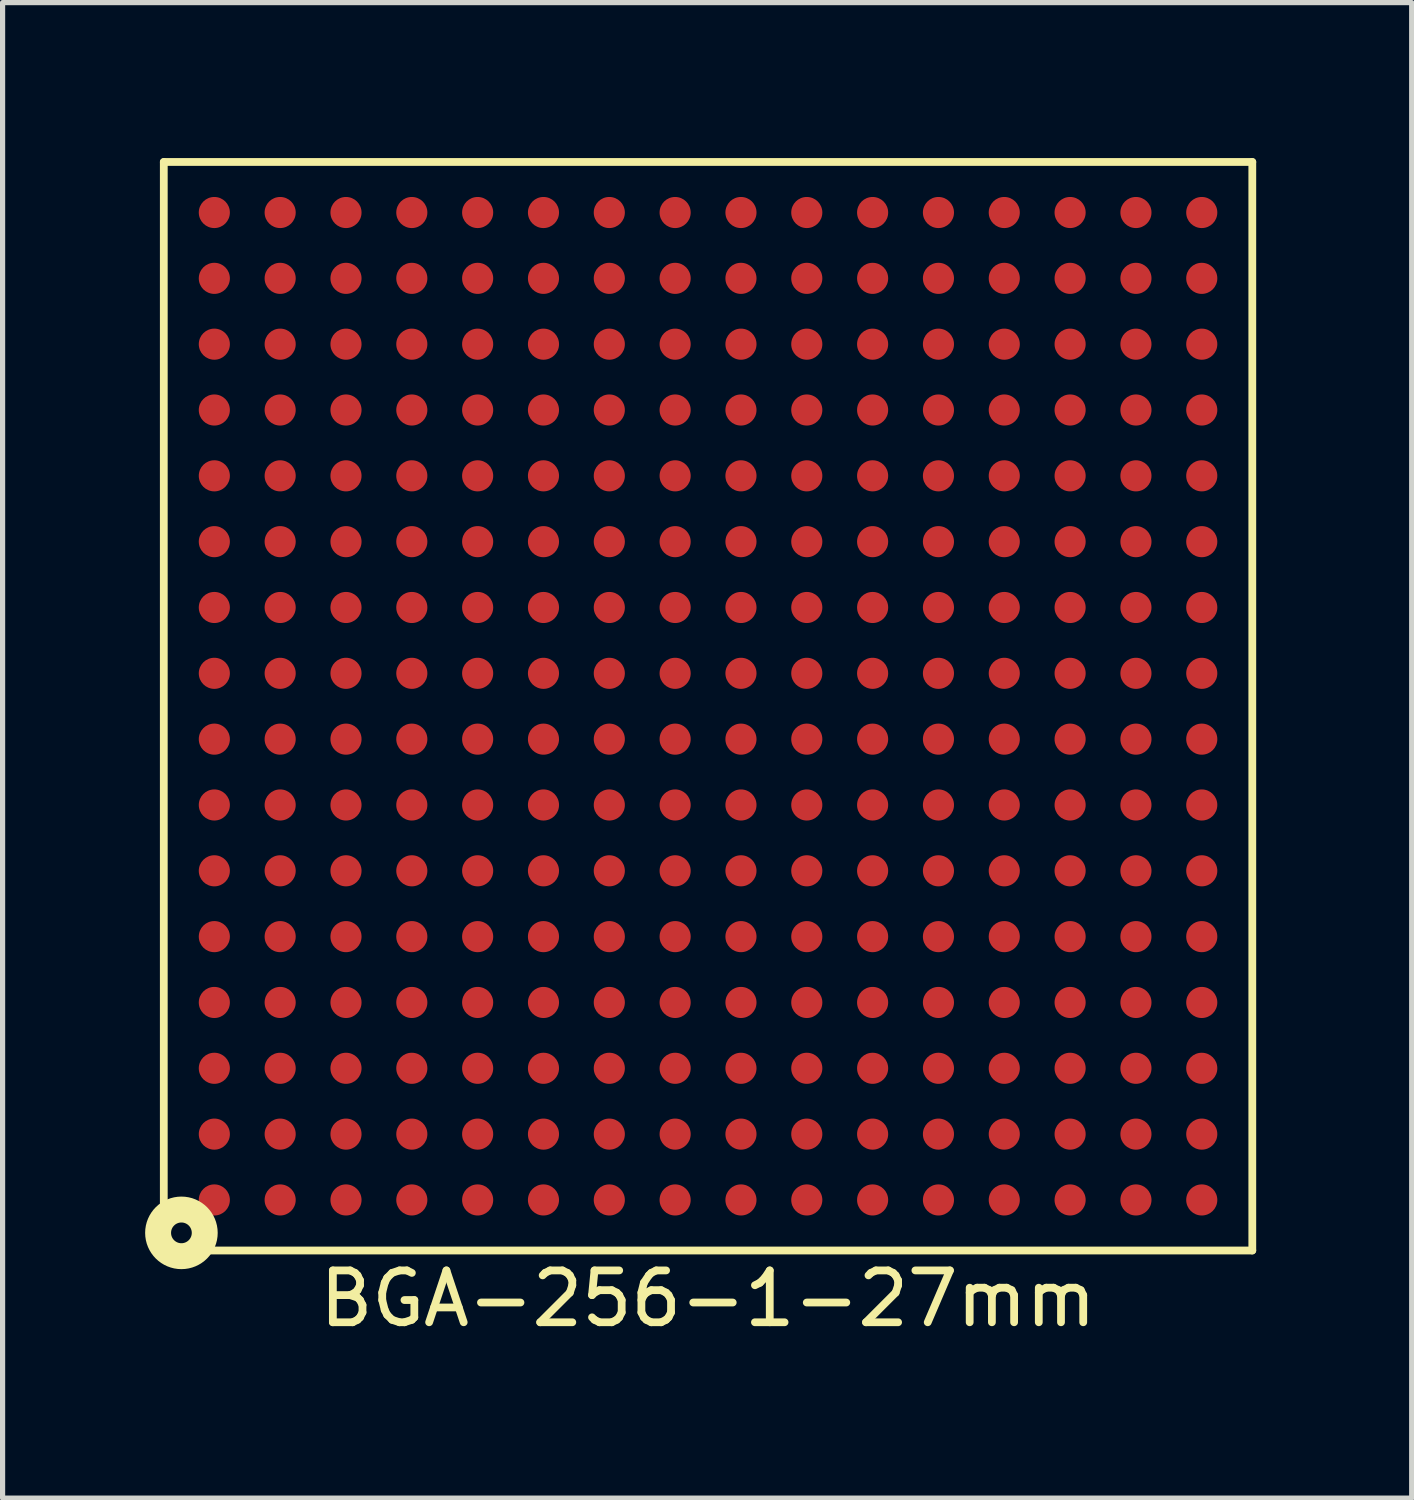
<source format=kicad_pcb>
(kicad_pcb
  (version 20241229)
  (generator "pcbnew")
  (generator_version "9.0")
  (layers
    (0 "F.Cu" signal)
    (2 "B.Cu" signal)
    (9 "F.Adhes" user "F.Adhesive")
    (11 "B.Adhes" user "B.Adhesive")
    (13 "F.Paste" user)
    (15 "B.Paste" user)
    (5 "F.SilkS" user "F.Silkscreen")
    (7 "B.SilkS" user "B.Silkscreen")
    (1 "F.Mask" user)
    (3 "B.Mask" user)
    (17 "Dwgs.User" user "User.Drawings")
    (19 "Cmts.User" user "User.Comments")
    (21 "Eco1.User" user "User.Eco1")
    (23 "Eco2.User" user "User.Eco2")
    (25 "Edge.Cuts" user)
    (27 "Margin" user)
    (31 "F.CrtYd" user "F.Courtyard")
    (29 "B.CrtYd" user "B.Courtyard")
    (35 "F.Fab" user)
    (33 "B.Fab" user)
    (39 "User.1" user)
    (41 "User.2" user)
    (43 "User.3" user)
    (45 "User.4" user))
  (footprint "BGA-256-1-27mm"
    (layer "F.Cu")
    (at 10.61 10.575)
    (property "Reference" "BGA-256-1-27mm" (at 0 11.43 0) (layer "F.SilkS") (effects (font (size 1 1) (thickness 0.15))))
    (attr through_hole)
    (fp_line (start -10.5 -10.5) (end 10.5 -10.5) (stroke (width 0.15) (type solid)) (layer "F.SilkS"))
    (fp_line (start -10.5 10.5) (end -10.5 -10.5) (stroke (width 0.15) (type solid)) (layer "F.SilkS"))
    (fp_line (start 10.5 -10.5) (end 10.5 10.5) (stroke (width 0.15) (type solid)) (layer "F.SilkS"))
    (fp_line (start 10.5 10.5) (end -10.5 10.5) (stroke (width 0.15) (type solid)) (layer "F.SilkS"))
    (fp_circle (center -10.16 10.16) (end -10.16 9.96) (stroke (width 0.5) (type solid)) (fill no) (layer "F.SilkS"))
    (pad "A1" smd circle (at -9.525 9.525 90) (size 0.6 0.6) (layers "F.Cu" "F.Mask" "F.Paste"))
    (pad "A2" smd circle (at -9.525 8.255 90) (size 0.6 0.6) (layers "F.Cu" "F.Mask" "F.Paste"))
    (pad "A3" smd circle (at -9.525 6.985 90) (size 0.6 0.6) (layers "F.Cu" "F.Mask" "F.Paste"))
    (pad "A4" smd circle (at -9.525 5.715 90) (size 0.6 0.6) (layers "F.Cu" "F.Mask" "F.Paste"))
    (pad "A5" smd circle (at -9.525 4.445 90) (size 0.6 0.6) (layers "F.Cu" "F.Mask" "F.Paste"))
    (pad "A6" smd circle (at -9.525 3.175 90) (size 0.6 0.6) (layers "F.Cu" "F.Mask" "F.Paste"))
    (pad "A7" smd circle (at -9.525 1.905 90) (size 0.6 0.6) (layers "F.Cu" "F.Mask" "F.Paste"))
    (pad "A8" smd circle (at -9.525 0.635 90) (size 0.6 0.6) (layers "F.Cu" "F.Mask" "F.Paste"))
    (pad "A9" smd circle (at -9.525 -0.635 90) (size 0.6 0.6) (layers "F.Cu" "F.Mask" "F.Paste"))
    (pad "A10" smd circle (at -9.525 -1.905 90) (size 0.6 0.6) (layers "F.Cu" "F.Mask" "F.Paste"))
    (pad "A11" smd circle (at -9.525 -3.175 90) (size 0.6 0.6) (layers "F.Cu" "F.Mask" "F.Paste"))
    (pad "A12" smd circle (at -9.525 -4.445 90) (size 0.6 0.6) (layers "F.Cu" "F.Mask" "F.Paste"))
    (pad "A13" smd circle (at -9.525 -5.715 90) (size 0.6 0.6) (layers "F.Cu" "F.Mask" "F.Paste"))
    (pad "A14" smd circle (at -9.525 -6.985 90) (size 0.6 0.6) (layers "F.Cu" "F.Mask" "F.Paste"))
    (pad "A15" smd circle (at -9.525 -8.255 90) (size 0.6 0.6) (layers "F.Cu" "F.Mask" "F.Paste"))
    (pad "A16" smd circle (at -9.525 -9.525 90) (size 0.6 0.6) (layers "F.Cu" "F.Mask" "F.Paste"))
    (pad "B1" smd circle (at -8.255 9.525 90) (size 0.6 0.6) (layers "F.Cu" "F.Mask" "F.Paste"))
    (pad "B2" smd circle (at -8.255 8.255 90) (size 0.6 0.6) (layers "F.Cu" "F.Mask" "F.Paste"))
    (pad "B3" smd circle (at -8.255 6.985 90) (size 0.6 0.6) (layers "F.Cu" "F.Mask" "F.Paste"))
    (pad "B4" smd circle (at -8.255 5.715 90) (size 0.6 0.6) (layers "F.Cu" "F.Mask" "F.Paste"))
    (pad "B5" smd circle (at -8.255 4.445 90) (size 0.6 0.6) (layers "F.Cu" "F.Mask" "F.Paste"))
    (pad "B6" smd circle (at -8.255 3.175 90) (size 0.6 0.6) (layers "F.Cu" "F.Mask" "F.Paste"))
    (pad "B7" smd circle (at -8.255 1.905 90) (size 0.6 0.6) (layers "F.Cu" "F.Mask" "F.Paste"))
    (pad "B8" smd circle (at -8.255 0.635 90) (size 0.6 0.6) (layers "F.Cu" "F.Mask" "F.Paste"))
    (pad "B9" smd circle (at -8.255 -0.635 90) (size 0.6 0.6) (layers "F.Cu" "F.Mask" "F.Paste"))
    (pad "B10" smd circle (at -8.255 -1.905 90) (size 0.6 0.6) (layers "F.Cu" "F.Mask" "F.Paste"))
    (pad "B11" smd circle (at -8.255 -3.175 90) (size 0.6 0.6) (layers "F.Cu" "F.Mask" "F.Paste"))
    (pad "B12" smd circle (at -8.255 -4.445 90) (size 0.6 0.6) (layers "F.Cu" "F.Mask" "F.Paste"))
    (pad "B13" smd circle (at -8.255 -5.715 90) (size 0.6 0.6) (layers "F.Cu" "F.Mask" "F.Paste"))
    (pad "B14" smd circle (at -8.255 -6.985 90) (size 0.6 0.6) (layers "F.Cu" "F.Mask" "F.Paste"))
    (pad "B15" smd circle (at -8.255 -8.255 90) (size 0.6 0.6) (layers "F.Cu" "F.Mask" "F.Paste"))
    (pad "B16" smd circle (at -8.255 -9.525 90) (size 0.6 0.6) (layers "F.Cu" "F.Mask" "F.Paste"))
    (pad "C1" smd circle (at -6.985 9.525 90) (size 0.6 0.6) (layers "F.Cu" "F.Mask" "F.Paste"))
    (pad "C2" smd circle (at -6.985 8.255 90) (size 0.6 0.6) (layers "F.Cu" "F.Mask" "F.Paste"))
    (pad "C3" smd circle (at -6.985 6.985 90) (size 0.6 0.6) (layers "F.Cu" "F.Mask" "F.Paste"))
    (pad "C4" smd circle (at -6.985 5.715 90) (size 0.6 0.6) (layers "F.Cu" "F.Mask" "F.Paste"))
    (pad "C5" smd circle (at -6.985 4.445 90) (size 0.6 0.6) (layers "F.Cu" "F.Mask" "F.Paste"))
    (pad "C6" smd circle (at -6.985 3.175 90) (size 0.6 0.6) (layers "F.Cu" "F.Mask" "F.Paste"))
    (pad "C7" smd circle (at -6.985 1.905 90) (size 0.6 0.6) (layers "F.Cu" "F.Mask" "F.Paste"))
    (pad "C8" smd circle (at -6.985 0.635 90) (size 0.6 0.6) (layers "F.Cu" "F.Mask" "F.Paste"))
    (pad "C9" smd circle (at -6.985 -0.635 90) (size 0.6 0.6) (layers "F.Cu" "F.Mask" "F.Paste"))
    (pad "C10" smd circle (at -6.985 -1.905 90) (size 0.6 0.6) (layers "F.Cu" "F.Mask" "F.Paste"))
    (pad "C11" smd circle (at -6.985 -3.175 90) (size 0.6 0.6) (layers "F.Cu" "F.Mask" "F.Paste"))
    (pad "C12" smd circle (at -6.985 -4.445 90) (size 0.6 0.6) (layers "F.Cu" "F.Mask" "F.Paste"))
    (pad "C13" smd circle (at -6.985 -5.715 90) (size 0.6 0.6) (layers "F.Cu" "F.Mask" "F.Paste"))
    (pad "C14" smd circle (at -6.985 -6.985 90) (size 0.6 0.6) (layers "F.Cu" "F.Mask" "F.Paste"))
    (pad "C15" smd circle (at -6.985 -8.255 90) (size 0.6 0.6) (layers "F.Cu" "F.Mask" "F.Paste"))
    (pad "C16" smd circle (at -6.985 -9.525 90) (size 0.6 0.6) (layers "F.Cu" "F.Mask" "F.Paste"))
    (pad "D1" smd circle (at -5.715 9.525 90) (size 0.6 0.6) (layers "F.Cu" "F.Mask" "F.Paste"))
    (pad "D2" smd circle (at -5.715 8.255 90) (size 0.6 0.6) (layers "F.Cu" "F.Mask" "F.Paste"))
    (pad "D3" smd circle (at -5.715 6.985 90) (size 0.6 0.6) (layers "F.Cu" "F.Mask" "F.Paste"))
    (pad "D4" smd circle (at -5.715 5.715 90) (size 0.6 0.6) (layers "F.Cu" "F.Mask" "F.Paste"))
    (pad "D5" smd circle (at -5.715 4.445 90) (size 0.6 0.6) (layers "F.Cu" "F.Mask" "F.Paste"))
    (pad "D6" smd circle (at -5.715 3.175 90) (size 0.6 0.6) (layers "F.Cu" "F.Mask" "F.Paste"))
    (pad "D7" smd circle (at -5.715 1.905 90) (size 0.6 0.6) (layers "F.Cu" "F.Mask" "F.Paste"))
    (pad "D8" smd circle (at -5.715 0.635 90) (size 0.6 0.6) (layers "F.Cu" "F.Mask" "F.Paste"))
    (pad "D9" smd circle (at -5.715 -0.635 90) (size 0.6 0.6) (layers "F.Cu" "F.Mask" "F.Paste"))
    (pad "D10" smd circle (at -5.715 -1.905 90) (size 0.6 0.6) (layers "F.Cu" "F.Mask" "F.Paste"))
    (pad "D11" smd circle (at -5.715 -3.175 90) (size 0.6 0.6) (layers "F.Cu" "F.Mask" "F.Paste"))
    (pad "D12" smd circle (at -5.715 -4.445 90) (size 0.6 0.6) (layers "F.Cu" "F.Mask" "F.Paste"))
    (pad "D13" smd circle (at -5.715 -5.715 90) (size 0.6 0.6) (layers "F.Cu" "F.Mask" "F.Paste"))
    (pad "D14" smd circle (at -5.715 -6.985 90) (size 0.6 0.6) (layers "F.Cu" "F.Mask" "F.Paste"))
    (pad "D15" smd circle (at -5.715 -8.255 90) (size 0.6 0.6) (layers "F.Cu" "F.Mask" "F.Paste"))
    (pad "D16" smd circle (at -5.715 -9.525 90) (size 0.6 0.6) (layers "F.Cu" "F.Mask" "F.Paste"))
    (pad "E1" smd circle (at -4.445 9.525 90) (size 0.6 0.6) (layers "F.Cu" "F.Mask" "F.Paste"))
    (pad "E2" smd circle (at -4.445 8.255 90) (size 0.6 0.6) (layers "F.Cu" "F.Mask" "F.Paste"))
    (pad "E3" smd circle (at -4.445 6.985 90) (size 0.6 0.6) (layers "F.Cu" "F.Mask" "F.Paste"))
    (pad "E4" smd circle (at -4.445 5.715 90) (size 0.6 0.6) (layers "F.Cu" "F.Mask" "F.Paste"))
    (pad "E5" smd circle (at -4.445 4.445 90) (size 0.6 0.6) (layers "F.Cu" "F.Mask" "F.Paste"))
    (pad "E6" smd circle (at -4.445 3.175 90) (size 0.6 0.6) (layers "F.Cu" "F.Mask" "F.Paste"))
    (pad "E7" smd circle (at -4.445 1.905 90) (size 0.6 0.6) (layers "F.Cu" "F.Mask" "F.Paste"))
    (pad "E8" smd circle (at -4.445 0.635 90) (size 0.6 0.6) (layers "F.Cu" "F.Mask" "F.Paste"))
    (pad "E9" smd circle (at -4.445 -0.635 90) (size 0.6 0.6) (layers "F.Cu" "F.Mask" "F.Paste"))
    (pad "E10" smd circle (at -4.445 -1.905 90) (size 0.6 0.6) (layers "F.Cu" "F.Mask" "F.Paste"))
    (pad "E11" smd circle (at -4.445 -3.175 90) (size 0.6 0.6) (layers "F.Cu" "F.Mask" "F.Paste"))
    (pad "E12" smd circle (at -4.445 -4.445 90) (size 0.6 0.6) (layers "F.Cu" "F.Mask" "F.Paste"))
    (pad "E13" smd circle (at -4.445 -5.715 90) (size 0.6 0.6) (layers "F.Cu" "F.Mask" "F.Paste"))
    (pad "E14" smd circle (at -4.445 -6.985 90) (size 0.6 0.6) (layers "F.Cu" "F.Mask" "F.Paste"))
    (pad "E15" smd circle (at -4.445 -8.255 90) (size 0.6 0.6) (layers "F.Cu" "F.Mask" "F.Paste"))
    (pad "E16" smd circle (at -4.445 -9.525 90) (size 0.6 0.6) (layers "F.Cu" "F.Mask" "F.Paste"))
    (pad "F1" smd circle (at -3.175 9.525 90) (size 0.6 0.6) (layers "F.Cu" "F.Mask" "F.Paste"))
    (pad "F2" smd circle (at -3.175 8.255 90) (size 0.6 0.6) (layers "F.Cu" "F.Mask" "F.Paste"))
    (pad "F3" smd circle (at -3.175 6.985 90) (size 0.6 0.6) (layers "F.Cu" "F.Mask" "F.Paste"))
    (pad "F4" smd circle (at -3.175 5.715 90) (size 0.6 0.6) (layers "F.Cu" "F.Mask" "F.Paste"))
    (pad "F5" smd circle (at -3.175 4.445 90) (size 0.6 0.6) (layers "F.Cu" "F.Mask" "F.Paste"))
    (pad "F6" smd circle (at -3.175 3.175 90) (size 0.6 0.6) (layers "F.Cu" "F.Mask" "F.Paste"))
    (pad "F7" smd circle (at -3.175 1.905 90) (size 0.6 0.6) (layers "F.Cu" "F.Mask" "F.Paste"))
    (pad "F8" smd circle (at -3.175 0.635 90) (size 0.6 0.6) (layers "F.Cu" "F.Mask" "F.Paste"))
    (pad "F9" smd circle (at -3.175 -0.635 90) (size 0.6 0.6) (layers "F.Cu" "F.Mask" "F.Paste"))
    (pad "F10" smd circle (at -3.175 -1.905 90) (size 0.6 0.6) (layers "F.Cu" "F.Mask" "F.Paste"))
    (pad "F11" smd circle (at -3.175 -3.175 90) (size 0.6 0.6) (layers "F.Cu" "F.Mask" "F.Paste"))
    (pad "F12" smd circle (at -3.175 -4.445 90) (size 0.6 0.6) (layers "F.Cu" "F.Mask" "F.Paste"))
    (pad "F13" smd circle (at -3.175 -5.715 90) (size 0.6 0.6) (layers "F.Cu" "F.Mask" "F.Paste"))
    (pad "F14" smd circle (at -3.175 -6.985 90) (size 0.6 0.6) (layers "F.Cu" "F.Mask" "F.Paste"))
    (pad "F15" smd circle (at -3.175 -8.255 90) (size 0.6 0.6) (layers "F.Cu" "F.Mask" "F.Paste"))
    (pad "F16" smd circle (at -3.175 -9.525 90) (size 0.6 0.6) (layers "F.Cu" "F.Mask" "F.Paste"))
    (pad "G1" smd circle (at -1.905 9.525 90) (size 0.6 0.6) (layers "F.Cu" "F.Mask" "F.Paste"))
    (pad "G2" smd circle (at -1.905 8.255 90) (size 0.6 0.6) (layers "F.Cu" "F.Mask" "F.Paste"))
    (pad "G3" smd circle (at -1.905 6.985 90) (size 0.6 0.6) (layers "F.Cu" "F.Mask" "F.Paste"))
    (pad "G4" smd circle (at -1.905 5.715 90) (size 0.6 0.6) (layers "F.Cu" "F.Mask" "F.Paste"))
    (pad "G5" smd circle (at -1.905 4.445 90) (size 0.6 0.6) (layers "F.Cu" "F.Mask" "F.Paste"))
    (pad "G6" smd circle (at -1.905 3.175 90) (size 0.6 0.6) (layers "F.Cu" "F.Mask" "F.Paste"))
    (pad "G7" smd circle (at -1.905 1.905 90) (size 0.6 0.6) (layers "F.Cu" "F.Mask" "F.Paste"))
    (pad "G8" smd circle (at -1.905 0.635 90) (size 0.6 0.6) (layers "F.Cu" "F.Mask" "F.Paste"))
    (pad "G9" smd circle (at -1.905 -0.635 90) (size 0.6 0.6) (layers "F.Cu" "F.Mask" "F.Paste"))
    (pad "G10" smd circle (at -1.905 -1.905 90) (size 0.6 0.6) (layers "F.Cu" "F.Mask" "F.Paste"))
    (pad "G11" smd circle (at -1.905 -3.175 90) (size 0.6 0.6) (layers "F.Cu" "F.Mask" "F.Paste"))
    (pad "G12" smd circle (at -1.905 -4.445 90) (size 0.6 0.6) (layers "F.Cu" "F.Mask" "F.Paste"))
    (pad "G13" smd circle (at -1.905 -5.715 90) (size 0.6 0.6) (layers "F.Cu" "F.Mask" "F.Paste"))
    (pad "G14" smd circle (at -1.905 -6.985 90) (size 0.6 0.6) (layers "F.Cu" "F.Mask" "F.Paste"))
    (pad "G15" smd circle (at -1.905 -8.255 90) (size 0.6 0.6) (layers "F.Cu" "F.Mask" "F.Paste"))
    (pad "G16" smd circle (at -1.905 -9.525 90) (size 0.6 0.6) (layers "F.Cu" "F.Mask" "F.Paste"))
    (pad "H1" smd circle (at -0.635 9.525 90) (size 0.6 0.6) (layers "F.Cu" "F.Mask" "F.Paste"))
    (pad "H2" smd circle (at -0.635 8.255 90) (size 0.6 0.6) (layers "F.Cu" "F.Mask" "F.Paste"))
    (pad "H3" smd circle (at -0.635 6.985 90) (size 0.6 0.6) (layers "F.Cu" "F.Mask" "F.Paste"))
    (pad "H4" smd circle (at -0.635 5.715 90) (size 0.6 0.6) (layers "F.Cu" "F.Mask" "F.Paste"))
    (pad "H5" smd circle (at -0.635 4.445 90) (size 0.6 0.6) (layers "F.Cu" "F.Mask" "F.Paste"))
    (pad "H6" smd circle (at -0.635 3.175 90) (size 0.6 0.6) (layers "F.Cu" "F.Mask" "F.Paste"))
    (pad "H7" smd circle (at -0.635 1.905 90) (size 0.6 0.6) (layers "F.Cu" "F.Mask" "F.Paste"))
    (pad "H8" smd circle (at -0.635 0.635 90) (size 0.6 0.6) (layers "F.Cu" "F.Mask" "F.Paste"))
    (pad "H9" smd circle (at -0.635 -0.635 90) (size 0.6 0.6) (layers "F.Cu" "F.Mask" "F.Paste"))
    (pad "H10" smd circle (at -0.635 -1.905 90) (size 0.6 0.6) (layers "F.Cu" "F.Mask" "F.Paste"))
    (pad "H11" smd circle (at -0.635 -3.175 90) (size 0.6 0.6) (layers "F.Cu" "F.Mask" "F.Paste"))
    (pad "H12" smd circle (at -0.635 -4.445 90) (size 0.6 0.6) (layers "F.Cu" "F.Mask" "F.Paste"))
    (pad "H13" smd circle (at -0.635 -5.715 90) (size 0.6 0.6) (layers "F.Cu" "F.Mask" "F.Paste"))
    (pad "H14" smd circle (at -0.635 -6.985 90) (size 0.6 0.6) (layers "F.Cu" "F.Mask" "F.Paste"))
    (pad "H15" smd circle (at -0.635 -8.255 90) (size 0.6 0.6) (layers "F.Cu" "F.Mask" "F.Paste"))
    (pad "H16" smd circle (at -0.635 -9.525 90) (size 0.6 0.6) (layers "F.Cu" "F.Mask" "F.Paste"))
    (pad "J1" smd circle (at 0.635 9.525 90) (size 0.6 0.6) (layers "F.Cu" "F.Mask" "F.Paste"))
    (pad "J2" smd circle (at 0.635 8.255 90) (size 0.6 0.6) (layers "F.Cu" "F.Mask" "F.Paste"))
    (pad "J3" smd circle (at 0.635 6.985 90) (size 0.6 0.6) (layers "F.Cu" "F.Mask" "F.Paste"))
    (pad "J4" smd circle (at 0.635 5.715 90) (size 0.6 0.6) (layers "F.Cu" "F.Mask" "F.Paste"))
    (pad "J5" smd circle (at 0.635 4.445 90) (size 0.6 0.6) (layers "F.Cu" "F.Mask" "F.Paste"))
    (pad "J6" smd circle (at 0.635 3.175 90) (size 0.6 0.6) (layers "F.Cu" "F.Mask" "F.Paste"))
    (pad "J7" smd circle (at 0.635 1.905 90) (size 0.6 0.6) (layers "F.Cu" "F.Mask" "F.Paste"))
    (pad "J8" smd circle (at 0.635 0.635 90) (size 0.6 0.6) (layers "F.Cu" "F.Mask" "F.Paste"))
    (pad "J9" smd circle (at 0.635 -0.635 90) (size 0.6 0.6) (layers "F.Cu" "F.Mask" "F.Paste"))
    (pad "J10" smd circle (at 0.635 -1.905 90) (size 0.6 0.6) (layers "F.Cu" "F.Mask" "F.Paste"))
    (pad "J11" smd circle (at 0.635 -3.175 90) (size 0.6 0.6) (layers "F.Cu" "F.Mask" "F.Paste"))
    (pad "J12" smd circle (at 0.635 -4.445 90) (size 0.6 0.6) (layers "F.Cu" "F.Mask" "F.Paste"))
    (pad "J13" smd circle (at 0.635 -5.715 90) (size 0.6 0.6) (layers "F.Cu" "F.Mask" "F.Paste"))
    (pad "J14" smd circle (at 0.635 -6.985 90) (size 0.6 0.6) (layers "F.Cu" "F.Mask" "F.Paste"))
    (pad "J15" smd circle (at 0.635 -8.255 90) (size 0.6 0.6) (layers "F.Cu" "F.Mask" "F.Paste"))
    (pad "J16" smd circle (at 0.635 -9.525 90) (size 0.6 0.6) (layers "F.Cu" "F.Mask" "F.Paste"))
    (pad "K1" smd circle (at 1.905 9.525 90) (size 0.6 0.6) (layers "F.Cu" "F.Mask" "F.Paste"))
    (pad "K2" smd circle (at 1.905 8.255 90) (size 0.6 0.6) (layers "F.Cu" "F.Mask" "F.Paste"))
    (pad "K3" smd circle (at 1.905 6.985 90) (size 0.6 0.6) (layers "F.Cu" "F.Mask" "F.Paste"))
    (pad "K4" smd circle (at 1.905 5.715 90) (size 0.6 0.6) (layers "F.Cu" "F.Mask" "F.Paste"))
    (pad "K5" smd circle (at 1.905 4.445 90) (size 0.6 0.6) (layers "F.Cu" "F.Mask" "F.Paste"))
    (pad "K6" smd circle (at 1.905 3.175 90) (size 0.6 0.6) (layers "F.Cu" "F.Mask" "F.Paste"))
    (pad "K7" smd circle (at 1.905 1.905 90) (size 0.6 0.6) (layers "F.Cu" "F.Mask" "F.Paste"))
    (pad "K8" smd circle (at 1.905 0.635 90) (size 0.6 0.6) (layers "F.Cu" "F.Mask" "F.Paste"))
    (pad "K9" smd circle (at 1.905 -0.635 90) (size 0.6 0.6) (layers "F.Cu" "F.Mask" "F.Paste"))
    (pad "K10" smd circle (at 1.905 -1.905 90) (size 0.6 0.6) (layers "F.Cu" "F.Mask" "F.Paste"))
    (pad "K11" smd circle (at 1.905 -3.175 90) (size 0.6 0.6) (layers "F.Cu" "F.Mask" "F.Paste"))
    (pad "K12" smd circle (at 1.905 -4.445 90) (size 0.6 0.6) (layers "F.Cu" "F.Mask" "F.Paste"))
    (pad "K13" smd circle (at 1.905 -5.715 90) (size 0.6 0.6) (layers "F.Cu" "F.Mask" "F.Paste"))
    (pad "K14" smd circle (at 1.905 -6.985 90) (size 0.6 0.6) (layers "F.Cu" "F.Mask" "F.Paste"))
    (pad "K15" smd circle (at 1.905 -8.255 90) (size 0.6 0.6) (layers "F.Cu" "F.Mask" "F.Paste"))
    (pad "K16" smd circle (at 1.905 -9.525 90) (size 0.6 0.6) (layers "F.Cu" "F.Mask" "F.Paste"))
    (pad "L1" smd circle (at 3.175 9.525 90) (size 0.6 0.6) (layers "F.Cu" "F.Mask" "F.Paste"))
    (pad "L2" smd circle (at 3.175 8.255 90) (size 0.6 0.6) (layers "F.Cu" "F.Mask" "F.Paste"))
    (pad "L3" smd circle (at 3.175 6.985 90) (size 0.6 0.6) (layers "F.Cu" "F.Mask" "F.Paste"))
    (pad "L4" smd circle (at 3.175 5.715 90) (size 0.6 0.6) (layers "F.Cu" "F.Mask" "F.Paste"))
    (pad "L5" smd circle (at 3.175 4.445 90) (size 0.6 0.6) (layers "F.Cu" "F.Mask" "F.Paste"))
    (pad "L6" smd circle (at 3.175 3.175 90) (size 0.6 0.6) (layers "F.Cu" "F.Mask" "F.Paste"))
    (pad "L7" smd circle (at 3.175 1.905 90) (size 0.6 0.6) (layers "F.Cu" "F.Mask" "F.Paste"))
    (pad "L8" smd circle (at 3.175 0.635 90) (size 0.6 0.6) (layers "F.Cu" "F.Mask" "F.Paste"))
    (pad "L9" smd circle (at 3.175 -0.635 90) (size 0.6 0.6) (layers "F.Cu" "F.Mask" "F.Paste"))
    (pad "L10" smd circle (at 3.175 -1.905 90) (size 0.6 0.6) (layers "F.Cu" "F.Mask" "F.Paste"))
    (pad "L11" smd circle (at 3.175 -3.175 90) (size 0.6 0.6) (layers "F.Cu" "F.Mask" "F.Paste"))
    (pad "L12" smd circle (at 3.175 -4.445 90) (size 0.6 0.6) (layers "F.Cu" "F.Mask" "F.Paste"))
    (pad "L13" smd circle (at 3.175 -5.715 90) (size 0.6 0.6) (layers "F.Cu" "F.Mask" "F.Paste"))
    (pad "L14" smd circle (at 3.175 -6.985 90) (size 0.6 0.6) (layers "F.Cu" "F.Mask" "F.Paste"))
    (pad "L15" smd circle (at 3.175 -8.255 90) (size 0.6 0.6) (layers "F.Cu" "F.Mask" "F.Paste"))
    (pad "L16" smd circle (at 3.175 -9.525 90) (size 0.6 0.6) (layers "F.Cu" "F.Mask" "F.Paste"))
    (pad "M1" smd circle (at 4.445 9.525 90) (size 0.6 0.6) (layers "F.Cu" "F.Mask" "F.Paste"))
    (pad "M2" smd circle (at 4.445 8.255 90) (size 0.6 0.6) (layers "F.Cu" "F.Mask" "F.Paste"))
    (pad "M3" smd circle (at 4.445 6.985 90) (size 0.6 0.6) (layers "F.Cu" "F.Mask" "F.Paste"))
    (pad "M4" smd circle (at 4.445 5.715 90) (size 0.6 0.6) (layers "F.Cu" "F.Mask" "F.Paste"))
    (pad "M5" smd circle (at 4.445 4.445 90) (size 0.6 0.6) (layers "F.Cu" "F.Mask" "F.Paste"))
    (pad "M6" smd circle (at 4.445 3.175 90) (size 0.6 0.6) (layers "F.Cu" "F.Mask" "F.Paste"))
    (pad "M7" smd circle (at 4.445 1.905 90) (size 0.6 0.6) (layers "F.Cu" "F.Mask" "F.Paste"))
    (pad "M8" smd circle (at 4.445 0.635 90) (size 0.6 0.6) (layers "F.Cu" "F.Mask" "F.Paste"))
    (pad "M9" smd circle (at 4.445 -0.635 90) (size 0.6 0.6) (layers "F.Cu" "F.Mask" "F.Paste"))
    (pad "M10" smd circle (at 4.445 -1.905 90) (size 0.6 0.6) (layers "F.Cu" "F.Mask" "F.Paste"))
    (pad "M11" smd circle (at 4.445 -3.175 90) (size 0.6 0.6) (layers "F.Cu" "F.Mask" "F.Paste"))
    (pad "M12" smd circle (at 4.445 -4.445 90) (size 0.6 0.6) (layers "F.Cu" "F.Mask" "F.Paste"))
    (pad "M13" smd circle (at 4.445 -5.715 90) (size 0.6 0.6) (layers "F.Cu" "F.Mask" "F.Paste"))
    (pad "M14" smd circle (at 4.445 -6.985 90) (size 0.6 0.6) (layers "F.Cu" "F.Mask" "F.Paste"))
    (pad "M15" smd circle (at 4.445 -8.255 90) (size 0.6 0.6) (layers "F.Cu" "F.Mask" "F.Paste"))
    (pad "M16" smd circle (at 4.445 -9.525 90) (size 0.6 0.6) (layers "F.Cu" "F.Mask" "F.Paste"))
    (pad "N1" smd circle (at 5.715 9.525 90) (size 0.6 0.6) (layers "F.Cu" "F.Mask" "F.Paste"))
    (pad "N2" smd circle (at 5.715 8.255 90) (size 0.6 0.6) (layers "F.Cu" "F.Mask" "F.Paste"))
    (pad "N3" smd circle (at 5.715 6.985 90) (size 0.6 0.6) (layers "F.Cu" "F.Mask" "F.Paste"))
    (pad "N4" smd circle (at 5.715 5.715 90) (size 0.6 0.6) (layers "F.Cu" "F.Mask" "F.Paste"))
    (pad "N5" smd circle (at 5.715 4.445 90) (size 0.6 0.6) (layers "F.Cu" "F.Mask" "F.Paste"))
    (pad "N6" smd circle (at 5.715 3.175 90) (size 0.6 0.6) (layers "F.Cu" "F.Mask" "F.Paste"))
    (pad "N7" smd circle (at 5.715 1.905 90) (size 0.6 0.6) (layers "F.Cu" "F.Mask" "F.Paste"))
    (pad "N8" smd circle (at 5.715 0.635 90) (size 0.6 0.6) (layers "F.Cu" "F.Mask" "F.Paste"))
    (pad "N9" smd circle (at 5.715 -0.635 90) (size 0.6 0.6) (layers "F.Cu" "F.Mask" "F.Paste"))
    (pad "N10" smd circle (at 5.715 -1.905 90) (size 0.6 0.6) (layers "F.Cu" "F.Mask" "F.Paste"))
    (pad "N11" smd circle (at 5.715 -3.175 90) (size 0.6 0.6) (layers "F.Cu" "F.Mask" "F.Paste"))
    (pad "N12" smd circle (at 5.715 -4.445 90) (size 0.6 0.6) (layers "F.Cu" "F.Mask" "F.Paste"))
    (pad "N13" smd circle (at 5.715 -5.715 90) (size 0.6 0.6) (layers "F.Cu" "F.Mask" "F.Paste"))
    (pad "N14" smd circle (at 5.715 -6.985 90) (size 0.6 0.6) (layers "F.Cu" "F.Mask" "F.Paste"))
    (pad "N15" smd circle (at 5.715 -8.255 90) (size 0.6 0.6) (layers "F.Cu" "F.Mask" "F.Paste"))
    (pad "N16" smd circle (at 5.715 -9.525 90) (size 0.6 0.6) (layers "F.Cu" "F.Mask" "F.Paste"))
    (pad "P1" smd circle (at 6.985 9.525 90) (size 0.6 0.6) (layers "F.Cu" "F.Mask" "F.Paste"))
    (pad "P2" smd circle (at 6.985 8.255 90) (size 0.6 0.6) (layers "F.Cu" "F.Mask" "F.Paste"))
    (pad "P3" smd circle (at 6.985 6.985 90) (size 0.6 0.6) (layers "F.Cu" "F.Mask" "F.Paste"))
    (pad "P4" smd circle (at 6.985 5.715 90) (size 0.6 0.6) (layers "F.Cu" "F.Mask" "F.Paste"))
    (pad "P5" smd circle (at 6.985 4.445 90) (size 0.6 0.6) (layers "F.Cu" "F.Mask" "F.Paste"))
    (pad "P6" smd circle (at 6.985 3.175 90) (size 0.6 0.6) (layers "F.Cu" "F.Mask" "F.Paste"))
    (pad "P7" smd circle (at 6.985 1.905 90) (size 0.6 0.6) (layers "F.Cu" "F.Mask" "F.Paste"))
    (pad "P8" smd circle (at 6.985 0.635 90) (size 0.6 0.6) (layers "F.Cu" "F.Mask" "F.Paste"))
    (pad "P9" smd circle (at 6.985 -0.635 90) (size 0.6 0.6) (layers "F.Cu" "F.Mask" "F.Paste"))
    (pad "P10" smd circle (at 6.985 -1.905 90) (size 0.6 0.6) (layers "F.Cu" "F.Mask" "F.Paste"))
    (pad "P11" smd circle (at 6.985 -3.175 90) (size 0.6 0.6) (layers "F.Cu" "F.Mask" "F.Paste"))
    (pad "P12" smd circle (at 6.985 -4.445 90) (size 0.6 0.6) (layers "F.Cu" "F.Mask" "F.Paste"))
    (pad "P13" smd circle (at 6.985 -5.715 90) (size 0.6 0.6) (layers "F.Cu" "F.Mask" "F.Paste"))
    (pad "P14" smd circle (at 6.985 -6.985 90) (size 0.6 0.6) (layers "F.Cu" "F.Mask" "F.Paste"))
    (pad "P15" smd circle (at 6.985 -8.255 90) (size 0.6 0.6) (layers "F.Cu" "F.Mask" "F.Paste"))
    (pad "P16" smd circle (at 6.985 -9.525 90) (size 0.6 0.6) (layers "F.Cu" "F.Mask" "F.Paste"))
    (pad "R1" smd circle (at 8.255 9.525 90) (size 0.6 0.6) (layers "F.Cu" "F.Mask" "F.Paste"))
    (pad "R2" smd circle (at 8.255 8.255 90) (size 0.6 0.6) (layers "F.Cu" "F.Mask" "F.Paste"))
    (pad "R3" smd circle (at 8.255 6.985 90) (size 0.6 0.6) (layers "F.Cu" "F.Mask" "F.Paste"))
    (pad "R4" smd circle (at 8.255 5.715 90) (size 0.6 0.6) (layers "F.Cu" "F.Mask" "F.Paste"))
    (pad "R5" smd circle (at 8.255 4.445 90) (size 0.6 0.6) (layers "F.Cu" "F.Mask" "F.Paste"))
    (pad "R6" smd circle (at 8.255 3.175 90) (size 0.6 0.6) (layers "F.Cu" "F.Mask" "F.Paste"))
    (pad "R7" smd circle (at 8.255 1.905 90) (size 0.6 0.6) (layers "F.Cu" "F.Mask" "F.Paste"))
    (pad "R8" smd circle (at 8.255 0.635 90) (size 0.6 0.6) (layers "F.Cu" "F.Mask" "F.Paste"))
    (pad "R9" smd circle (at 8.255 -0.635 90) (size 0.6 0.6) (layers "F.Cu" "F.Mask" "F.Paste"))
    (pad "R10" smd circle (at 8.255 -1.905 90) (size 0.6 0.6) (layers "F.Cu" "F.Mask" "F.Paste"))
    (pad "R11" smd circle (at 8.255 -3.175 90) (size 0.6 0.6) (layers "F.Cu" "F.Mask" "F.Paste"))
    (pad "R12" smd circle (at 8.255 -4.445 90) (size 0.6 0.6) (layers "F.Cu" "F.Mask" "F.Paste"))
    (pad "R13" smd circle (at 8.255 -5.715 90) (size 0.6 0.6) (layers "F.Cu" "F.Mask" "F.Paste"))
    (pad "R14" smd circle (at 8.255 -6.985 90) (size 0.6 0.6) (layers "F.Cu" "F.Mask" "F.Paste"))
    (pad "R15" smd circle (at 8.255 -8.255 90) (size 0.6 0.6) (layers "F.Cu" "F.Mask" "F.Paste"))
    (pad "R16" smd circle (at 8.255 -9.525 90) (size 0.6 0.6) (layers "F.Cu" "F.Mask" "F.Paste"))
    (pad "T1" smd circle (at 9.525 9.525 90) (size 0.6 0.6) (layers "F.Cu" "F.Mask" "F.Paste"))
    (pad "T2" smd circle (at 9.525 8.255 90) (size 0.6 0.6) (layers "F.Cu" "F.Mask" "F.Paste"))
    (pad "T3" smd circle (at 9.525 6.985 90) (size 0.6 0.6) (layers "F.Cu" "F.Mask" "F.Paste"))
    (pad "T4" smd circle (at 9.525 5.715 90) (size 0.6 0.6) (layers "F.Cu" "F.Mask" "F.Paste"))
    (pad "T5" smd circle (at 9.525 4.445 90) (size 0.6 0.6) (layers "F.Cu" "F.Mask" "F.Paste"))
    (pad "T6" smd circle (at 9.525 3.175 90) (size 0.6 0.6) (layers "F.Cu" "F.Mask" "F.Paste"))
    (pad "T7" smd circle (at 9.525 1.905 90) (size 0.6 0.6) (layers "F.Cu" "F.Mask" "F.Paste"))
    (pad "T8" smd circle (at 9.525 0.635 90) (size 0.6 0.6) (layers "F.Cu" "F.Mask" "F.Paste"))
    (pad "T9" smd circle (at 9.525 -0.635 90) (size 0.6 0.6) (layers "F.Cu" "F.Mask" "F.Paste"))
    (pad "T10" smd circle (at 9.525 -1.905 90) (size 0.6 0.6) (layers "F.Cu" "F.Mask" "F.Paste"))
    (pad "T11" smd circle (at 9.525 -3.175 90) (size 0.6 0.6) (layers "F.Cu" "F.Mask" "F.Paste"))
    (pad "T12" smd circle (at 9.525 -4.445 90) (size 0.6 0.6) (layers "F.Cu" "F.Mask" "F.Paste"))
    (pad "T13" smd circle (at 9.525 -5.715 90) (size 0.6 0.6) (layers "F.Cu" "F.Mask" "F.Paste"))
    (pad "T14" smd circle (at 9.525 -6.985 90) (size 0.6 0.6) (layers "F.Cu" "F.Mask" "F.Paste"))
    (pad "T15" smd circle (at 9.525 -8.255 90) (size 0.6 0.6) (layers "F.Cu" "F.Mask" "F.Paste"))
    (pad "T16" smd circle (at 9.525 -9.525 90) (size 0.6 0.6) (layers "F.Cu" "F.Mask" "F.Paste")))
  (gr_rect
    (start -3 -3)
    (end 24.185 25.853)
    (stroke (width 0.1) (type default))
    (fill no)
    (layer "Edge.Cuts")))
</source>
